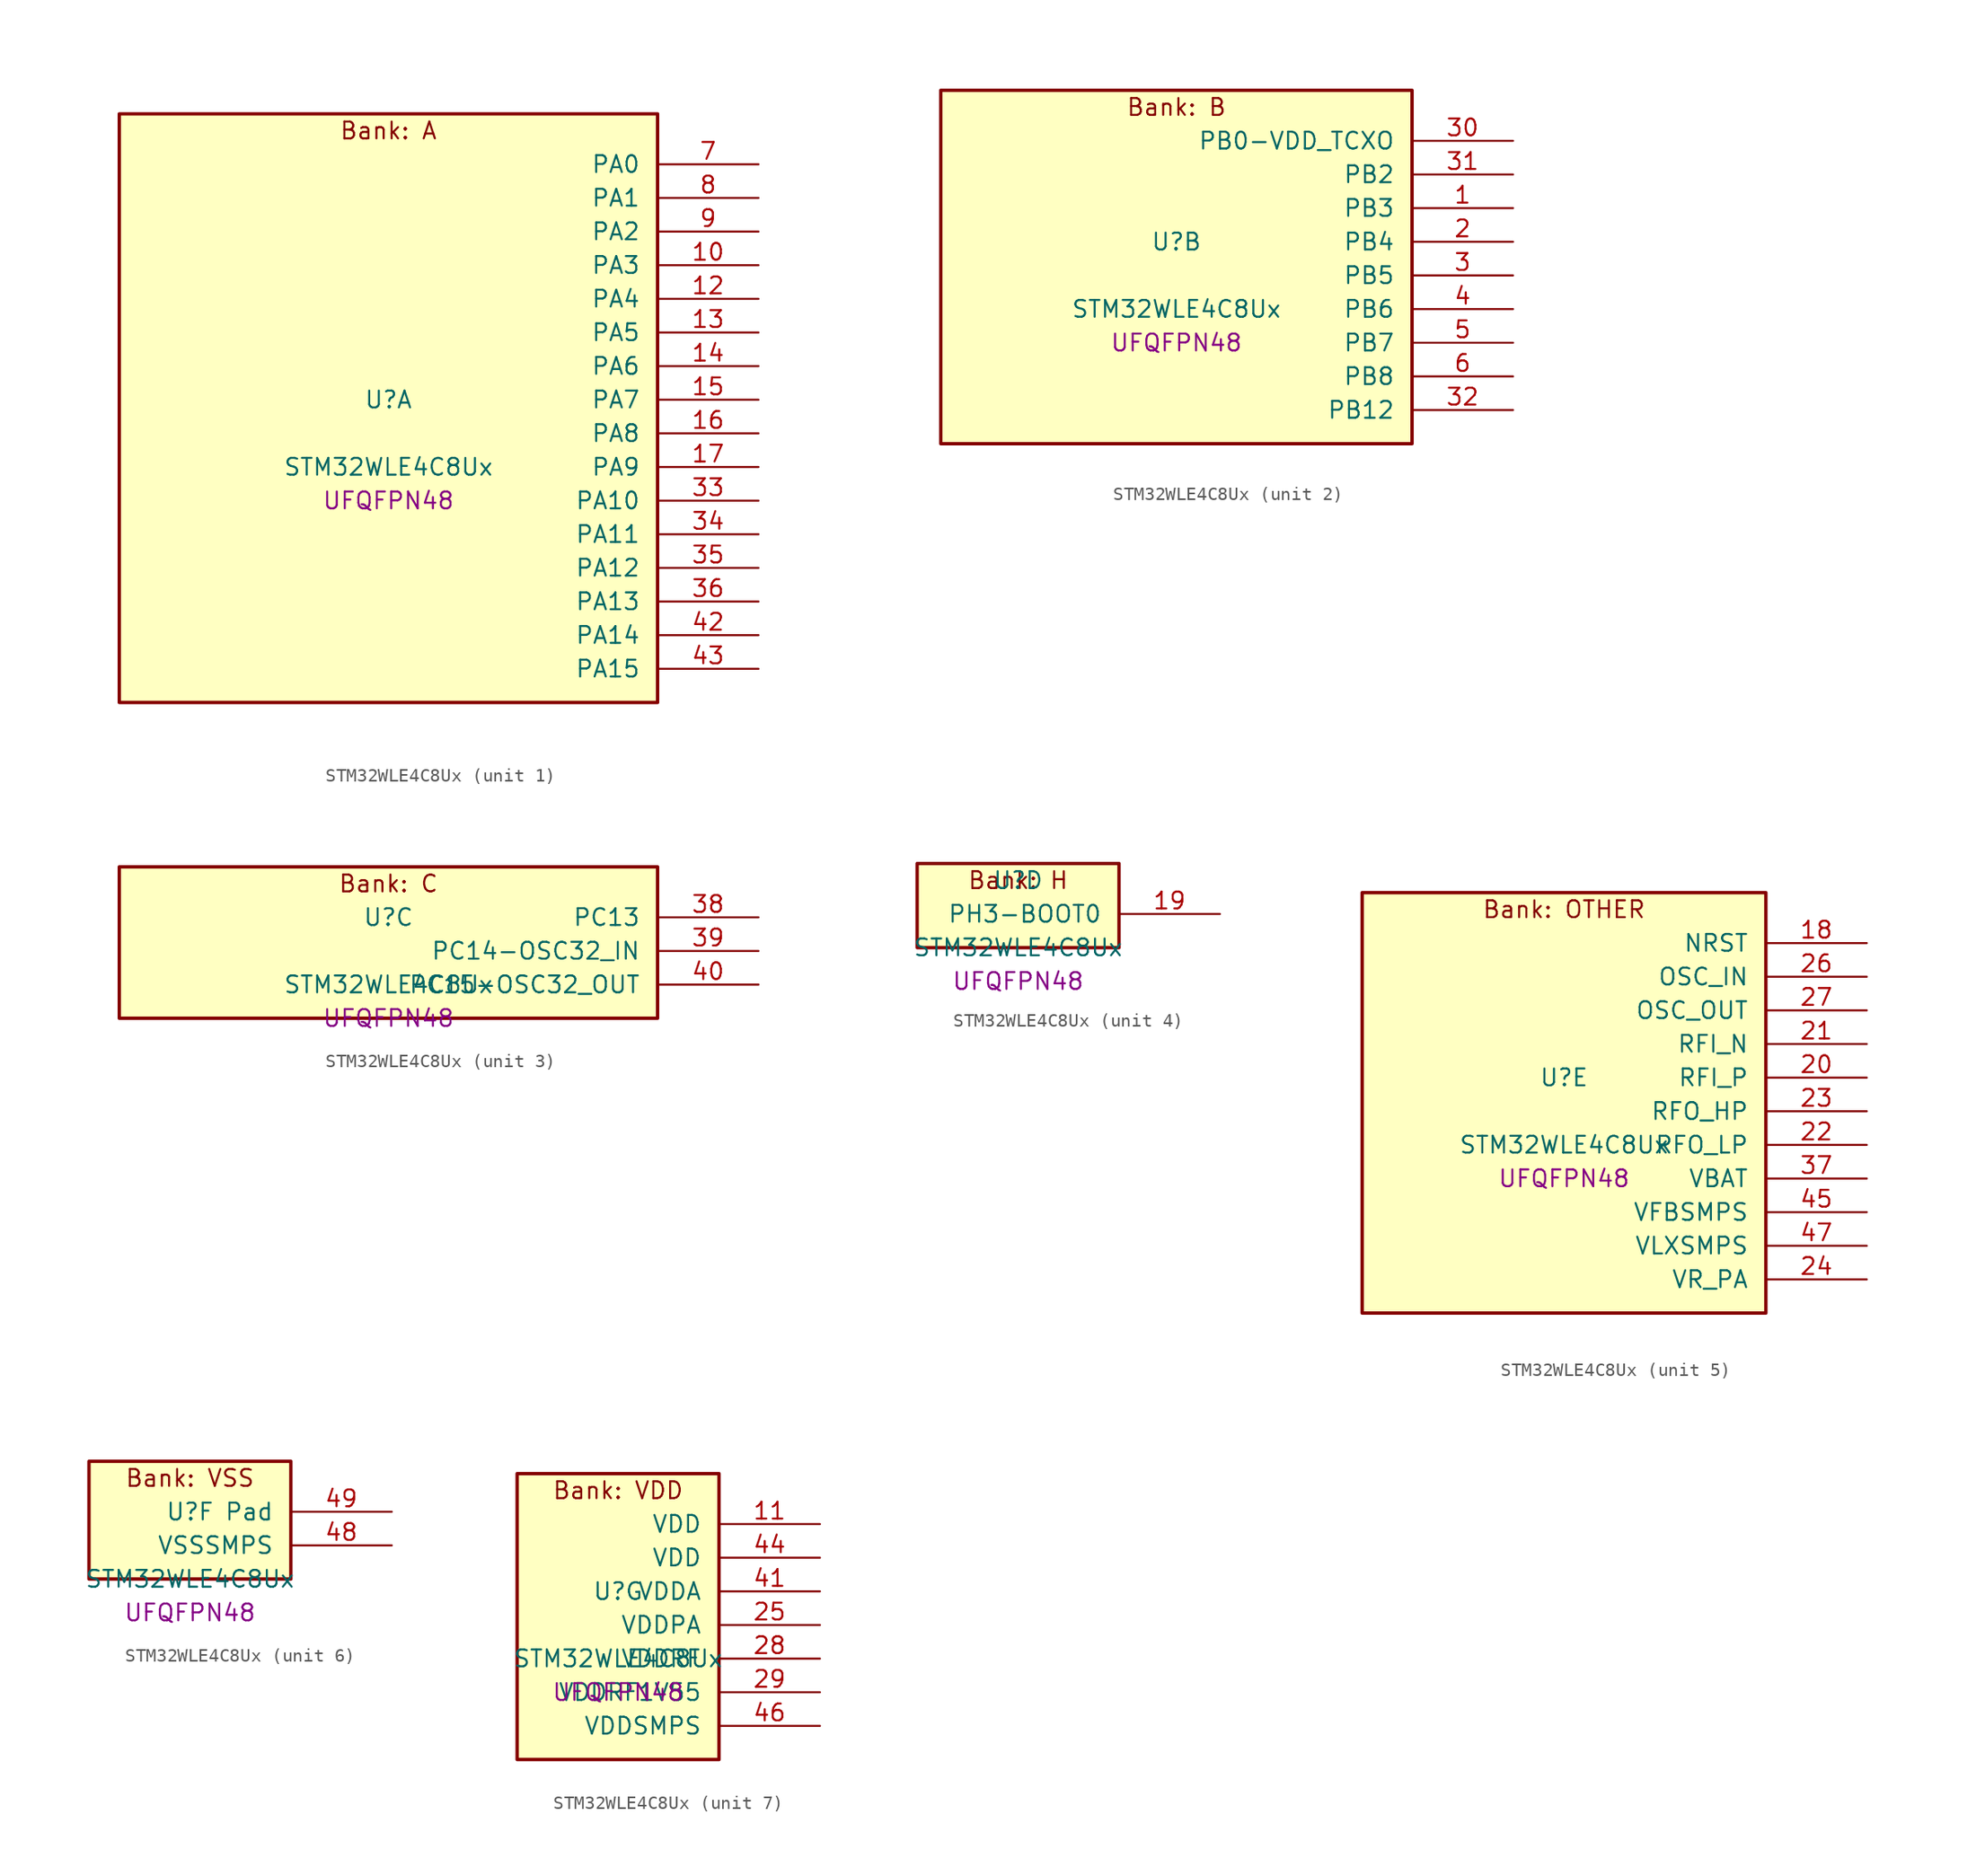
<source format=kicad_sym>
(kicad_symbol_lib
  (version 20241209)
  (generator "stm32_pkl_generator")
  (generator_version "1.0")
  (symbol "STM32WLE4C8Ux"
    (pin_names
      (offset 1.27))
    (property "Reference" "U"
      (at 0 2.54 0))
    (property "Value" "STM32WLE4C8Ux"
      (at 0 -2.54 0))
    (property "Footprint" "UFQFPN48"
      (at 0 -5.08 0))
    (symbol "STM32WLE4C8Ux_1_1"
      (rectangle (start -20.32 24.13) (end 20.32 -20.32) (stroke (width 0.254) (type solid)) (fill (type background)))
      (text "Bank: A" (at 0 22.86 0))
      (pin bidirectional line (at 27.94 20.32 180) (length 7.62) (name "PA0") (number "7") (alternate "PA0/COMP1_OUT" bidirectional line) (alternate "PA0/DEBUG_PWR-REGLP1S" bidirectional line) (alternate "PA0/I2C3_SMBA" bidirectional line) (alternate "PA0/I2S_CKIN" bidirectional line) (alternate "PA0/PWR_WKUP1" bidirectional line) (alternate "PA0/RTC_TAMP_IN2" bidirectional line) (alternate "PA0/TIM2_CH1" bidirectional line) (alternate "PA0/TIM2_ETR" bidirectional line) (alternate "PA0/USART2_CTS" bidirectional line) (alternate "PA0/USART2_NSS" bidirectional line))
      (pin bidirectional line (at 27.94 17.78 180) (length 7.62) (name "PA1") (number "8") (alternate "PA1/DEBUG_PWR-REGLP2S" bidirectional line) (alternate "PA1/I2C1_SMBA" bidirectional line) (alternate "PA1/LPTIM3_OUT" bidirectional line) (alternate "PA1/LPUART1_RTS" bidirectional line) (alternate "PA1/SPI1_SCK" bidirectional line) (alternate "PA1/TIM2_CH2" bidirectional line) (alternate "PA1/USART2_DE" bidirectional line) (alternate "PA1/USART2_RTS" bidirectional line))
      (pin bidirectional line (at 27.94 15.24 180) (length 7.62) (name "PA2") (number "9") (alternate "PA2/COMP2_OUT" bidirectional line) (alternate "PA2/DEBUG_PWR-LDORDY" bidirectional line) (alternate "PA2/LPUART1_TX" bidirectional line) (alternate "PA2/RCC_LSCO" bidirectional line) (alternate "PA2/TIM2_CH3" bidirectional line) (alternate "PA2/USART2_TX" bidirectional line))
      (pin bidirectional line (at 27.94 12.7 180) (length 7.62) (name "PA3") (number "10") (alternate "PA3/I2S2_MCK" bidirectional line) (alternate "PA3/LPUART1_RX" bidirectional line) (alternate "PA3/TIM2_CH4" bidirectional line) (alternate "PA3/USART2_RX" bidirectional line))
      (pin bidirectional line (at 27.94 10.16 180) (length 7.62) (name "PA4") (number "12") (alternate "PA4/DEBUG_SUBGHZSPI-NSSOUT" bidirectional line) (alternate "PA4/LPTIM1_OUT" bidirectional line) (alternate "PA4/LPTIM2_OUT" bidirectional line) (alternate "PA4/RTC_OUT2" bidirectional line) (alternate "PA4/SPI1_NSS" bidirectional line) (alternate "PA4/USART2_CK" bidirectional line))
      (pin bidirectional line (at 27.94 7.62 180) (length 7.62) (name "PA5") (number "13") (alternate "PA5/DEBUG_SUBGHZSPI-SCKOUT" bidirectional line) (alternate "PA5/LPTIM2_ETR" bidirectional line) (alternate "PA5/SPI1_SCK" bidirectional line) (alternate "PA5/SPI2_MISO" bidirectional line) (alternate "PA5/TIM2_CH1" bidirectional line) (alternate "PA5/TIM2_ETR" bidirectional line))
      (pin bidirectional line (at 27.94 5.08 180) (length 7.62) (name "PA6") (number "14") (alternate "PA6/DEBUG_SUBGHZSPI-MISOOUT" bidirectional line) (alternate "PA6/I2C2_SMBA" bidirectional line) (alternate "PA6/LPUART1_CTS" bidirectional line) (alternate "PA6/SPI1_MISO" bidirectional line) (alternate "PA6/TIM16_CH1" bidirectional line) (alternate "PA6/TIM1_BKIN" bidirectional line))
      (pin bidirectional line (at 27.94 2.54 180) (length 7.62) (name "PA7") (number "15") (alternate "PA7/COMP2_OUT" bidirectional line) (alternate "PA7/DEBUG_SUBGHZSPI-MOSIOUT" bidirectional line) (alternate "PA7/I2C3_SCL" bidirectional line) (alternate "PA7/SPI1_MOSI" bidirectional line) (alternate "PA7/TIM17_CH1" bidirectional line) (alternate "PA7/TIM1_CH1N" bidirectional line))
      (pin bidirectional line (at 27.94 0 180) (length 7.62) (name "PA8") (number "16") (alternate "PA8/I2S2_CK" bidirectional line) (alternate "PA8/LPTIM2_OUT" bidirectional line) (alternate "PA8/RCC_MCO" bidirectional line) (alternate "PA8/SPI2_SCK" bidirectional line) (alternate "PA8/TIM1_CH1" bidirectional line) (alternate "PA8/USART1_CK" bidirectional line))
      (pin bidirectional line (at 27.94 -2.54 180) (length 7.62) (name "PA9") (number "17") (alternate "PA9/DAC_EXTI9" bidirectional line) (alternate "PA9/I2C1_SCL" bidirectional line) (alternate "PA9/I2S2_CK" bidirectional line) (alternate "PA9/I2S2_WS" bidirectional line) (alternate "PA9/SPI2_NSS" bidirectional line) (alternate "PA9/SPI2_SCK" bidirectional line) (alternate "PA9/TIM1_CH2" bidirectional line) (alternate "PA9/USART1_TX" bidirectional line))
      (pin bidirectional line (at 27.94 -5.08 180) (length 7.62) (name "PA10") (number "33") (alternate "PA10/ADC_IN6" bidirectional line) (alternate "PA10/COMP1_INM" bidirectional line) (alternate "PA10/COMP2_INM" bidirectional line) (alternate "PA10/DAC_OUT1" bidirectional line) (alternate "PA10/DEBUG_RF-HSE32RDY" bidirectional line) (alternate "PA10/I2C1_SDA" bidirectional line) (alternate "PA10/I2S2_SD" bidirectional line) (alternate "PA10/RTC_REFIN" bidirectional line) (alternate "PA10/SPI2_MOSI" bidirectional line) (alternate "PA10/TIM17_BKIN" bidirectional line) (alternate "PA10/TIM1_CH3" bidirectional line) (alternate "PA10/USART1_RX" bidirectional line))
      (pin bidirectional line (at 27.94 -7.62 180) (length 7.62) (name "PA11") (number "34") (alternate "PA11/ADC_EXTI11" bidirectional line) (alternate "PA11/ADC_IN7" bidirectional line) (alternate "PA11/COMP1_INM" bidirectional line) (alternate "PA11/COMP2_INM" bidirectional line) (alternate "PA11/DEBUG_RF-NRESET" bidirectional line) (alternate "PA11/I2C2_SDA" bidirectional line) (alternate "PA11/LPTIM3_ETR" bidirectional line) (alternate "PA11/SPI1_MISO" bidirectional line) (alternate "PA11/TIM1_BKIN2" bidirectional line) (alternate "PA11/TIM1_CH4" bidirectional line) (alternate "PA11/USART1_CTS" bidirectional line) (alternate "PA11/USART1_NSS" bidirectional line))
      (pin bidirectional line (at 27.94 -10.16 180) (length 7.62) (name "PA12") (number "35") (alternate "PA12/ADC_IN8" bidirectional line) (alternate "PA12/DEBUG_RF-BUSY" bidirectional line) (alternate "PA12/I2C2_SCL" bidirectional line) (alternate "PA12/LPTIM3_IN1" bidirectional line) (alternate "PA12/SPI1_MOSI" bidirectional line) (alternate "PA12/TIM1_ETR" bidirectional line) (alternate "PA12/USART1_DE" bidirectional line) (alternate "PA12/USART1_RTS" bidirectional line))
      (pin bidirectional line (at 27.94 -12.7 180) (length 7.62) (name "PA13") (number "36") (alternate "PA13/ADC_IN9" bidirectional line) (alternate "PA13/DEBUG_JTMS-SWDIO" bidirectional line) (alternate "PA13/I2C2_SMBA" bidirectional line) (alternate "PA13/IR_OUT" bidirectional line))
      (pin bidirectional line (at 27.94 -15.24 180) (length 7.62) (name "PA14") (number "42") (alternate "PA14/ADC_IN10" bidirectional line) (alternate "PA14/DEBUG_JTCK-SWCLK" bidirectional line) (alternate "PA14/I2C1_SMBA" bidirectional line) (alternate "PA14/LPTIM1_OUT" bidirectional line))
      (pin bidirectional line (at 27.94 -17.78 180) (length 7.62) (name "PA15") (number "43") (alternate "PA15/ADC_IN11" bidirectional line) (alternate "PA15/COMP1_INM" bidirectional line) (alternate "PA15/COMP2_INP" bidirectional line) (alternate "PA15/DEBUG_JTDI" bidirectional line) (alternate "PA15/I2C2_SDA" bidirectional line) (alternate "PA15/SPI1_NSS" bidirectional line) (alternate "PA15/TIM2_CH1" bidirectional line) (alternate "PA15/TIM2_ETR" bidirectional line)))
    (symbol "STM32WLE4C8Ux_2_1"
      (rectangle (start -17.78 13.97) (end 17.78 -12.7) (stroke (width 0.254) (type solid)) (fill (type background)))
      (text "Bank: B" (at 0 12.7 0))
      (pin bidirectional line (at 25.4 10.16 180) (length 7.62) (name "PB0-VDD_TCXO") (number "30") (alternate "PB0-VDD_TCXO/COMP1_OUT" bidirectional line) (alternate "PB0-VDD_TCXO/VDDTCXO" bidirectional line))
      (pin bidirectional line (at 25.4 7.62 180) (length 7.62) (name "PB2") (number "31") (alternate "PB2/ADC_IN4" bidirectional line) (alternate "PB2/COMP1_INP" bidirectional line) (alternate "PB2/COMP2_INM" bidirectional line) (alternate "PB2/DEBUG_RF-SMPSRDY" bidirectional line) (alternate "PB2/I2C3_SMBA" bidirectional line) (alternate "PB2/LPTIM1_OUT" bidirectional line) (alternate "PB2/SPI1_NSS" bidirectional line))
      (pin bidirectional line (at 25.4 5.08 180) (length 7.62) (name "PB3") (number "1") (alternate "PB3/ADC_IN2" bidirectional line) (alternate "PB3/COMP1_INM" bidirectional line) (alternate "PB3/COMP2_INM" bidirectional line) (alternate "PB3/DEBUG_JTDO-SWO" bidirectional line) (alternate "PB3/DEBUG_RF-DTB1" bidirectional line) (alternate "PB3/PWR_WKUP3" bidirectional line) (alternate "PB3/RTC_TAMP_IN3" bidirectional line) (alternate "PB3/SPI1_SCK" bidirectional line) (alternate "PB3/TIM2_CH2" bidirectional line) (alternate "PB3/USART1_DE" bidirectional line) (alternate "PB3/USART1_RTS" bidirectional line))
      (pin bidirectional line (at 25.4 2.54 180) (length 7.62) (name "PB4") (number "2") (alternate "PB4/ADC_IN3" bidirectional line) (alternate "PB4/COMP1_INP" bidirectional line) (alternate "PB4/COMP2_INP" bidirectional line) (alternate "PB4/DEBUG_JTRST" bidirectional line) (alternate "PB4/DEBUG_RF-LDORDY" bidirectional line) (alternate "PB4/I2C3_SDA" bidirectional line) (alternate "PB4/SPI1_MISO" bidirectional line) (alternate "PB4/TIM17_BKIN" bidirectional line) (alternate "PB4/USART1_CTS" bidirectional line) (alternate "PB4/USART1_NSS" bidirectional line))
      (pin bidirectional line (at 25.4 0 180) (length 7.62) (name "PB5") (number "3") (alternate "PB5/COMP2_OUT" bidirectional line) (alternate "PB5/I2C1_SMBA" bidirectional line) (alternate "PB5/LPTIM1_IN1" bidirectional line) (alternate "PB5/SPI1_MOSI" bidirectional line) (alternate "PB5/TIM16_BKIN" bidirectional line) (alternate "PB5/USART1_CK" bidirectional line))
      (pin bidirectional line (at 25.4 -2.54 180) (length 7.62) (name "PB6") (number "4") (alternate "PB6/I2C1_SCL" bidirectional line) (alternate "PB6/LPTIM1_ETR" bidirectional line) (alternate "PB6/TIM16_CH1N" bidirectional line) (alternate "PB6/USART1_TX" bidirectional line))
      (pin bidirectional line (at 25.4 -5.08 180) (length 7.62) (name "PB7") (number "5") (alternate "PB7/I2C1_SDA" bidirectional line) (alternate "PB7/LPTIM1_IN2" bidirectional line) (alternate "PB7/PWR_PVD_IN" bidirectional line) (alternate "PB7/TIM17_CH1N" bidirectional line) (alternate "PB7/TIM1_BKIN" bidirectional line) (alternate "PB7/USART1_RX" bidirectional line))
      (pin bidirectional line (at 25.4 -7.62 180) (length 7.62) (name "PB8") (number "6") (alternate "PB8/I2C1_SCL" bidirectional line) (alternate "PB8/TIM16_CH1" bidirectional line) (alternate "PB8/TIM1_CH2N" bidirectional line))
      (pin bidirectional line (at 25.4 -10.16 180) (length 7.62) (name "PB12") (number "32") (alternate "PB12/I2C3_SMBA" bidirectional line) (alternate "PB12/I2S2_WS" bidirectional line) (alternate "PB12/LPUART1_RTS" bidirectional line) (alternate "PB12/SPI2_NSS" bidirectional line) (alternate "PB12/TIM1_BKIN" bidirectional line)))
    (symbol "STM32WLE4C8Ux_3_1"
      (rectangle (start -20.32 6.35) (end 20.32 -5.08) (stroke (width 0.254) (type solid)) (fill (type background)))
      (text "Bank: C" (at 0 5.08 0))
      (pin bidirectional line (at 27.94 2.54 180) (length 7.62) (name "PC13") (number "38") (alternate "PC13/PWR_WKUP2" bidirectional line) (alternate "PC13/RTC_OUT1" bidirectional line) (alternate "PC13/RTC_TAMP_IN1" bidirectional line) (alternate "PC13/RTC_TS" bidirectional line))
      (pin bidirectional line (at 27.94 0 180) (length 7.62) (name "PC14-OSC32_IN") (number "39") (alternate "PC14-OSC32_IN/RCC_OSC32_IN" bidirectional line))
      (pin bidirectional line (at 27.94 -2.54 180) (length 7.62) (name "PC15-OSC32_OUT") (number "40") (alternate "PC15-OSC32_OUT/RCC_OSC32_OUT" bidirectional line)))
    (symbol "STM32WLE4C8Ux_4_1"
      (rectangle (start -7.62 3.81) (end 7.62 -2.54) (stroke (width 0.254) (type solid)) (fill (type background)))
      (text "Bank: H" (at 0 2.54 0))
      (pin bidirectional line (at 15.24 0 180) (length 7.62) (name "PH3-BOOT0") (number "19")))
    (symbol "STM32WLE4C8Ux_5_1"
      (rectangle (start -15.24 16.51) (end 15.24 -15.24) (stroke (width 0.254) (type solid)) (fill (type background)))
      (text "Bank: OTHER" (at 0 15.24 0))
      (pin input line (at 22.86 12.7 180) (length 7.62) (name "NRST") (number "18"))
      (pin bidirectional line (at 22.86 10.16 180) (length 7.62) (name "OSC_IN") (number "26") (alternate "OSC_IN/RCC_OSC_IN" bidirectional line))
      (pin bidirectional line (at 22.86 7.62 180) (length 7.62) (name "OSC_OUT") (number "27") (alternate "OSC_OUT/RCC_OSC_OUT" bidirectional line))
      (pin bidirectional line (at 22.86 5.08 180) (length 7.62) (name "RFI_N") (number "21"))
      (pin bidirectional line (at 22.86 2.54 180) (length 7.62) (name "RFI_P") (number "20"))
      (pin bidirectional line (at 22.86 0 180) (length 7.62) (name "RFO_HP") (number "23"))
      (pin bidirectional line (at 22.86 -2.54 180) (length 7.62) (name "RFO_LP") (number "22"))
      (pin power_in line (at 22.86 -5.08 180) (length 7.62) (name "VBAT") (number "37"))
      (pin power_in line (at 22.86 -7.62 180) (length 7.62) (name "VFBSMPS") (number "45"))
      (pin power_in line (at 22.86 -10.16 180) (length 7.62) (name "VLXSMPS") (number "47"))
      (pin power_in line (at 22.86 -12.7 180) (length 7.62) (name "VR_PA") (number "24")))
    (symbol "STM32WLE4C8Ux_6_1"
      (rectangle (start -7.62 6.35) (end 7.62 -2.54) (stroke (width 0.254) (type solid)) (fill (type background)))
      (text "Bank: VSS" (at 0 5.08 0))
      (pin passive line (at 15.24 2.54 180) (length 7.62) (name "Pad") (number "49"))
      (pin power_in line (at 15.24 0 180) (length 7.62) (name "VSSSMPS") (number "48")))
    (symbol "STM32WLE4C8Ux_7_1"
      (rectangle (start -7.62 11.43) (end 7.62 -10.16) (stroke (width 0.254) (type solid)) (fill (type background)))
      (text "Bank: VDD" (at 0 10.16 0))
      (pin power_in line (at 15.24 7.62 180) (length 7.62) (name "VDD") (number "11"))
      (pin power_in line (at 15.24 5.08 180) (length 7.62) (name "VDD") (number "44"))
      (pin power_in line (at 15.24 2.54 180) (length 7.62) (name "VDDA") (number "41"))
      (pin power_in line (at 15.24 0 180) (length 7.62) (name "VDDPA") (number "25"))
      (pin power_in line (at 15.24 -2.54 180) (length 7.62) (name "VDDRF") (number "28"))
      (pin power_in line (at 15.24 -5.08 180) (length 7.62) (name "VDDRF1V55") (number "29"))
      (pin power_in line (at 15.24 -7.62 180) (length 7.62) (name "VDDSMPS") (number "46")))))
</source>
